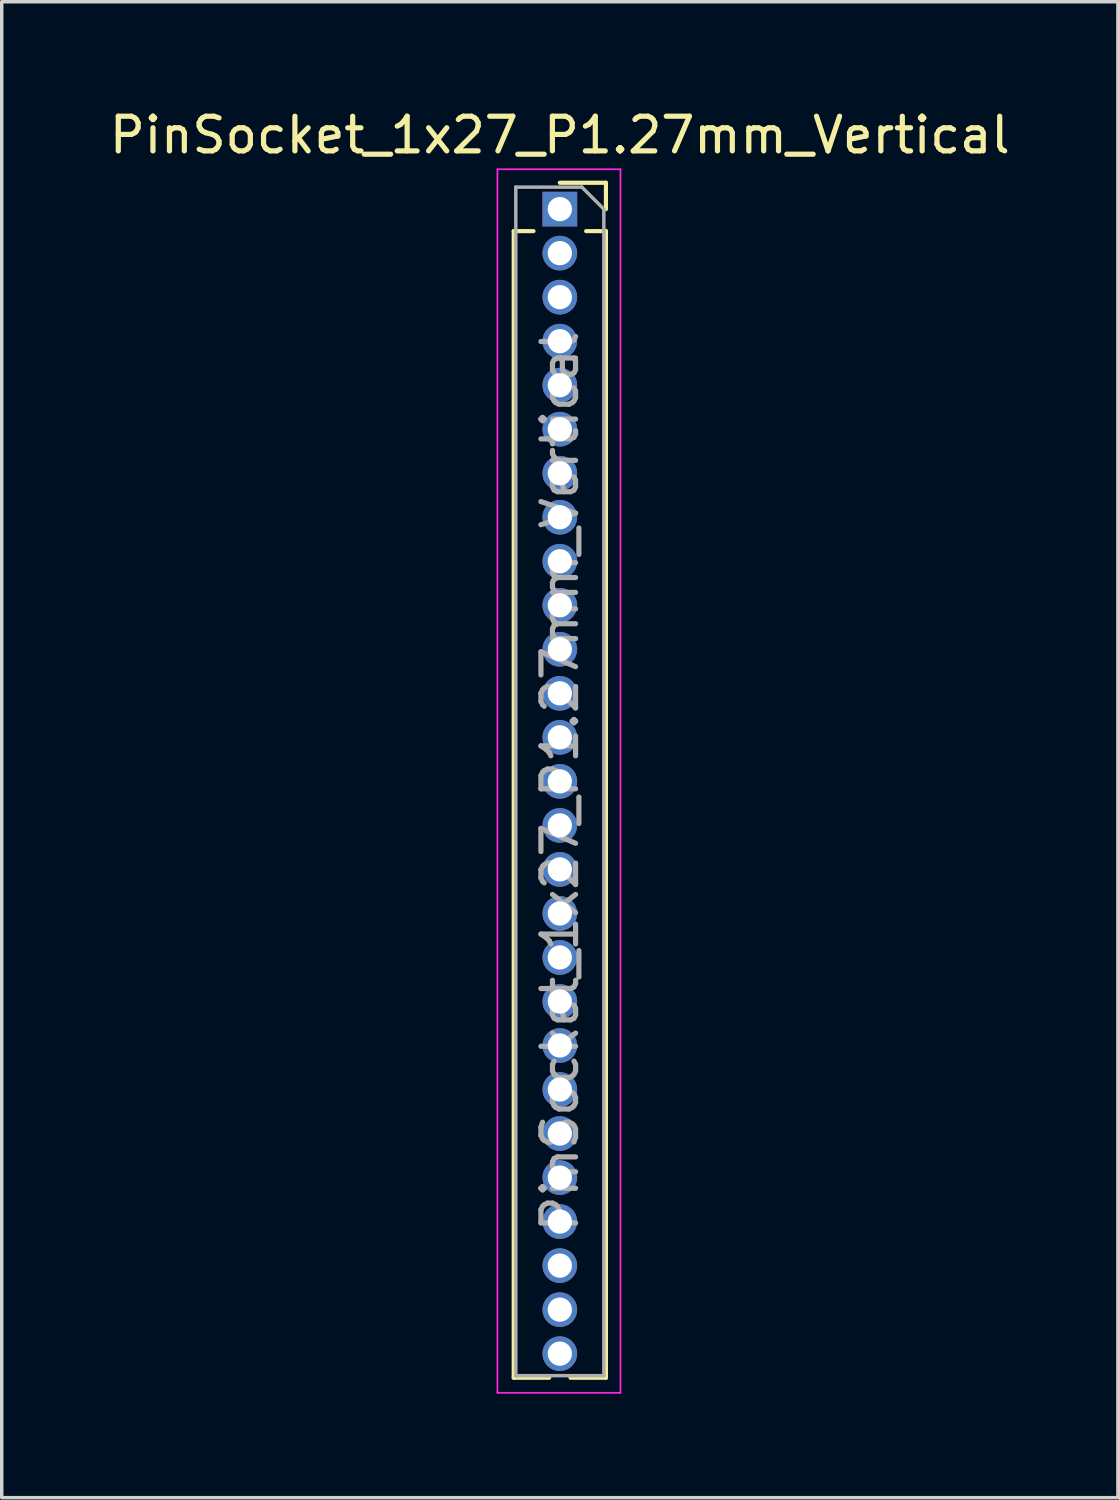
<source format=kicad_pcb>
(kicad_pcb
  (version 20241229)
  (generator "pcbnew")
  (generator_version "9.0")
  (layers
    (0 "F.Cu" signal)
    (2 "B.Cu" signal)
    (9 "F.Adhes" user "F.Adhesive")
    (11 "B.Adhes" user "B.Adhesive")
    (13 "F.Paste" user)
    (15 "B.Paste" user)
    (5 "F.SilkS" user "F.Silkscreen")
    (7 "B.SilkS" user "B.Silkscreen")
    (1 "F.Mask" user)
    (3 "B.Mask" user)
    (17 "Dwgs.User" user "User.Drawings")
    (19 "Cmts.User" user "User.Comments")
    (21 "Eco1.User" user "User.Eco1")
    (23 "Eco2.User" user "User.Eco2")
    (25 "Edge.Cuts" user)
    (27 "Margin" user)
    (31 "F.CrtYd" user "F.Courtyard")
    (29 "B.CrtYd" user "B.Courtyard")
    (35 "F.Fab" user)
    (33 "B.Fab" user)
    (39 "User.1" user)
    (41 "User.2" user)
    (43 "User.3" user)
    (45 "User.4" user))
  (footprint "PinSocket_1x27_P1.27mm_Vertical"
    (layer "F.Cu")
    (at 13.101 2.983)
    (property "Reference" "PinSocket_1x27_P1.27mm_Vertical" (at 0 -2.135 0) (layer "F.SilkS") (effects (font (size 1 1) (thickness 0.15))))
    (attr through_hole)
    (fp_line (start -1.33 0.635) (end -1.33 33.715) (stroke (width 0.12) (type solid)) (layer "F.SilkS"))
    (fp_line (start -1.33 0.635) (end -0.76 0.635) (stroke (width 0.12) (type solid)) (layer "F.SilkS"))
    (fp_line (start -1.33 33.715) (end -0.308 33.715) (stroke (width 0.12) (type solid)) (layer "F.SilkS"))
    (fp_line (start 0 -0.76) (end 1.33 -0.76) (stroke (width 0.12) (type solid)) (layer "F.SilkS"))
    (fp_line (start 0.308 33.715) (end 1.33 33.715) (stroke (width 0.12) (type solid)) (layer "F.SilkS"))
    (fp_line (start 0.76 0.635) (end 1.33 0.635) (stroke (width 0.12) (type solid)) (layer "F.SilkS"))
    (fp_line (start 1.33 -0.76) (end 1.33 0) (stroke (width 0.12) (type solid)) (layer "F.SilkS"))
    (fp_line (start 1.33 0.635) (end 1.33 33.715) (stroke (width 0.12) (type solid)) (layer "F.SilkS"))
    (fp_line (start -1.8 -1.15) (end 1.75 -1.15) (stroke (width 0.05) (type solid)) (layer "F.CrtYd"))
    (fp_line (start -1.8 34.15) (end -1.8 -1.15) (stroke (width 0.05) (type solid)) (layer "F.CrtYd"))
    (fp_line (start 1.75 -1.15) (end 1.75 34.15) (stroke (width 0.05) (type solid)) (layer "F.CrtYd"))
    (fp_line (start 1.75 34.15) (end -1.8 34.15) (stroke (width 0.05) (type solid)) (layer "F.CrtYd"))
    (fp_line (start -1.27 -0.635) (end 0.635 -0.635) (stroke (width 0.1) (type solid)) (layer "F.Fab"))
    (fp_line (start -1.27 33.655) (end -1.27 -0.635) (stroke (width 0.1) (type solid)) (layer "F.Fab"))
    (fp_line (start 0.635 -0.635) (end 1.27 0) (stroke (width 0.1) (type solid)) (layer "F.Fab"))
    (fp_line (start 1.27 0) (end 1.27 33.655) (stroke (width 0.1) (type solid)) (layer "F.Fab"))
    (fp_line (start 1.27 33.655) (end -1.27 33.655) (stroke (width 0.1) (type solid)) (layer "F.Fab"))
    (fp_text user "${REFERENCE}" (at 0 16.51 90) (layer "F.Fab") (effects (font (size 1 1) (thickness 0.15))))
    (pad "1" thru_hole rect (at 0 0) (size 1 1) (drill 0.7) (layers "*.Cu" "*.Mask"))
    (pad "2" thru_hole oval (at 0 1.27) (size 1 1) (drill 0.7) (layers "*.Cu" "*.Mask"))
    (pad "3" thru_hole oval (at 0 2.54) (size 1 1) (drill 0.7) (layers "*.Cu" "*.Mask"))
    (pad "4" thru_hole oval (at 0 3.81) (size 1 1) (drill 0.7) (layers "*.Cu" "*.Mask"))
    (pad "5" thru_hole oval (at 0 5.08) (size 1 1) (drill 0.7) (layers "*.Cu" "*.Mask"))
    (pad "6" thru_hole oval (at 0 6.35) (size 1 1) (drill 0.7) (layers "*.Cu" "*.Mask"))
    (pad "7" thru_hole oval (at 0 7.62) (size 1 1) (drill 0.7) (layers "*.Cu" "*.Mask"))
    (pad "8" thru_hole oval (at 0 8.89) (size 1 1) (drill 0.7) (layers "*.Cu" "*.Mask"))
    (pad "9" thru_hole oval (at 0 10.16) (size 1 1) (drill 0.7) (layers "*.Cu" "*.Mask"))
    (pad "10" thru_hole oval (at 0 11.43) (size 1 1) (drill 0.7) (layers "*.Cu" "*.Mask"))
    (pad "11" thru_hole oval (at 0 12.7) (size 1 1) (drill 0.7) (layers "*.Cu" "*.Mask"))
    (pad "12" thru_hole oval (at 0 13.97) (size 1 1) (drill 0.7) (layers "*.Cu" "*.Mask"))
    (pad "13" thru_hole oval (at 0 15.24) (size 1 1) (drill 0.7) (layers "*.Cu" "*.Mask"))
    (pad "14" thru_hole oval (at 0 16.51) (size 1 1) (drill 0.7) (layers "*.Cu" "*.Mask"))
    (pad "15" thru_hole oval (at 0 17.78) (size 1 1) (drill 0.7) (layers "*.Cu" "*.Mask"))
    (pad "16" thru_hole oval (at 0 19.05) (size 1 1) (drill 0.7) (layers "*.Cu" "*.Mask"))
    (pad "17" thru_hole oval (at 0 20.32) (size 1 1) (drill 0.7) (layers "*.Cu" "*.Mask"))
    (pad "18" thru_hole oval (at 0 21.59) (size 1 1) (drill 0.7) (layers "*.Cu" "*.Mask"))
    (pad "19" thru_hole oval (at 0 22.86) (size 1 1) (drill 0.7) (layers "*.Cu" "*.Mask"))
    (pad "20" thru_hole oval (at 0 24.13) (size 1 1) (drill 0.7) (layers "*.Cu" "*.Mask"))
    (pad "21" thru_hole oval (at 0 25.4) (size 1 1) (drill 0.7) (layers "*.Cu" "*.Mask"))
    (pad "22" thru_hole oval (at 0 26.67) (size 1 1) (drill 0.7) (layers "*.Cu" "*.Mask"))
    (pad "23" thru_hole oval (at 0 27.94) (size 1 1) (drill 0.7) (layers "*.Cu" "*.Mask"))
    (pad "24" thru_hole oval (at 0 29.21) (size 1 1) (drill 0.7) (layers "*.Cu" "*.Mask"))
    (pad "25" thru_hole oval (at 0 30.48) (size 1 1) (drill 0.7) (layers "*.Cu" "*.Mask"))
    (pad "26" thru_hole oval (at 0 31.75) (size 1 1) (drill 0.7) (layers "*.Cu" "*.Mask"))
    (pad "27" thru_hole oval (at 0 33.02) (size 1 1) (drill 0.7) (layers "*.Cu" "*.Mask")))
  (gr_rect
    (start -3 -3)
    (end 29.202 40.158)
    (stroke (width 0.1) (type default))
    (fill no)
    (layer "Edge.Cuts")))
</source>
